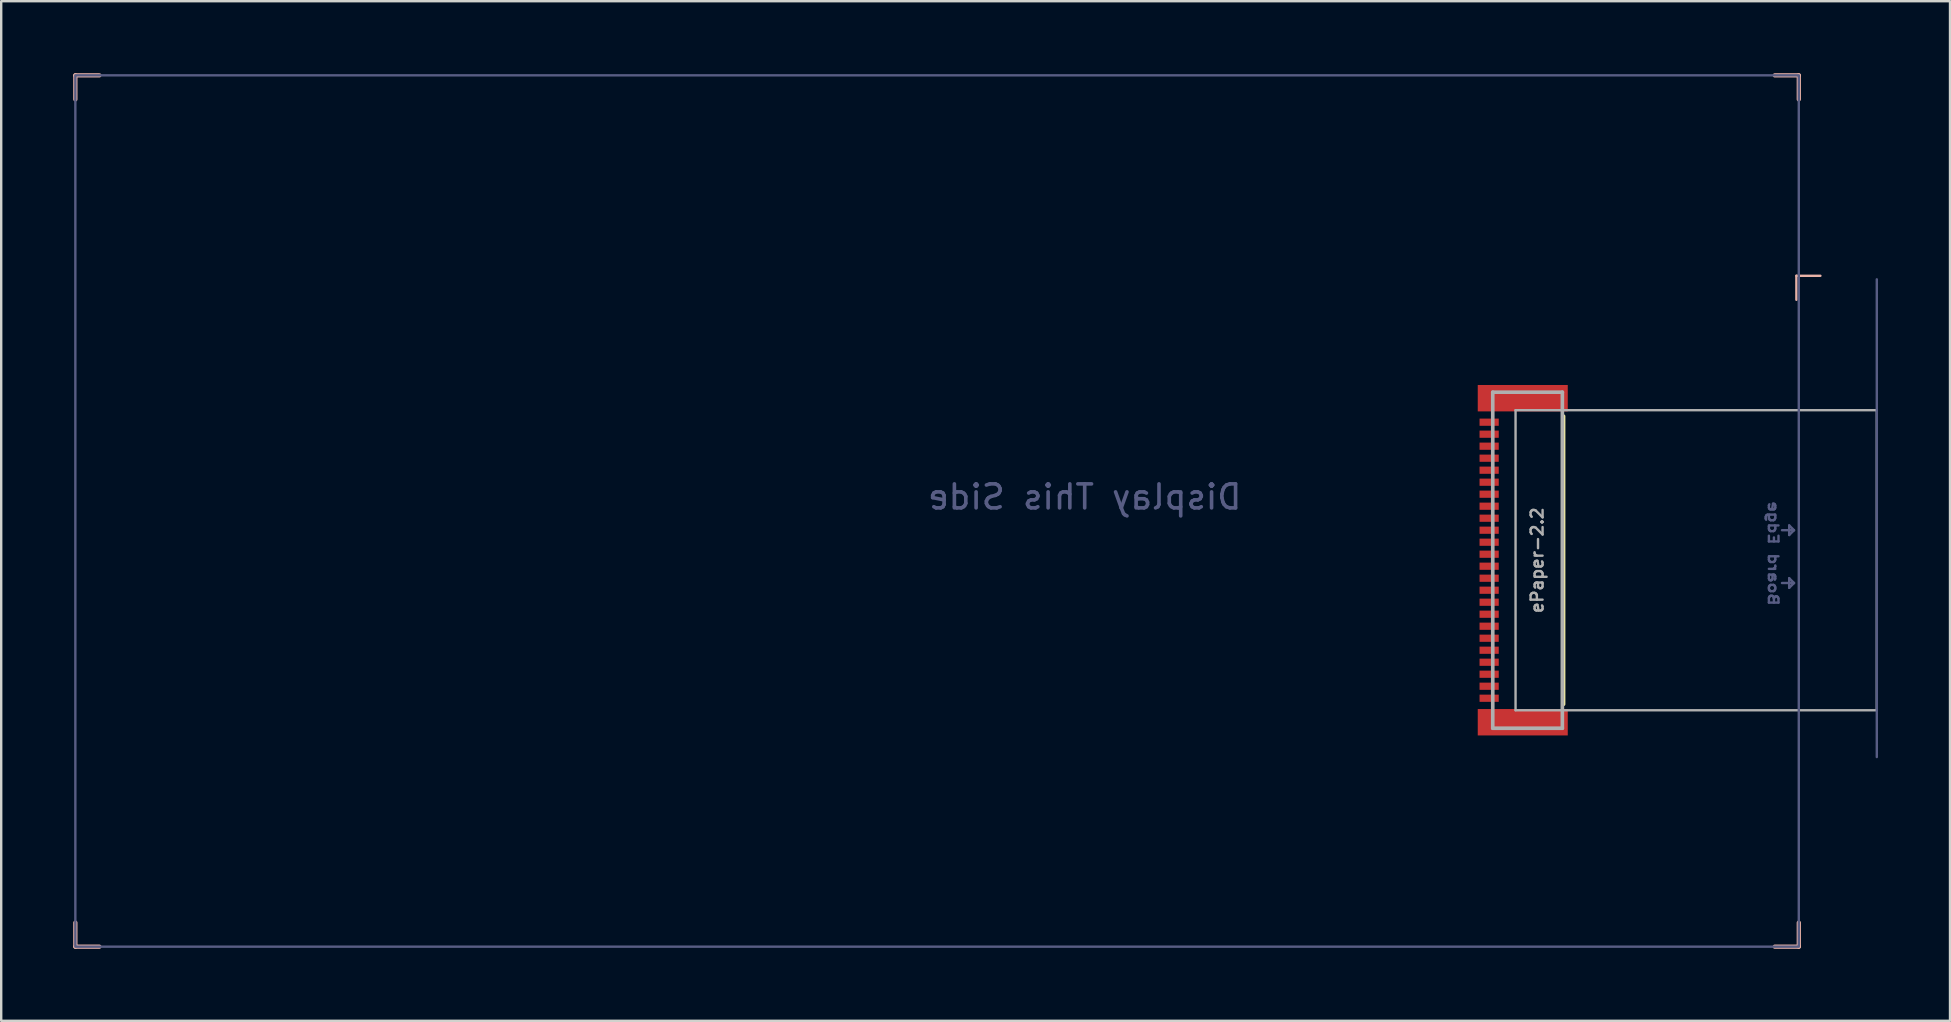
<source format=kicad_pcb>
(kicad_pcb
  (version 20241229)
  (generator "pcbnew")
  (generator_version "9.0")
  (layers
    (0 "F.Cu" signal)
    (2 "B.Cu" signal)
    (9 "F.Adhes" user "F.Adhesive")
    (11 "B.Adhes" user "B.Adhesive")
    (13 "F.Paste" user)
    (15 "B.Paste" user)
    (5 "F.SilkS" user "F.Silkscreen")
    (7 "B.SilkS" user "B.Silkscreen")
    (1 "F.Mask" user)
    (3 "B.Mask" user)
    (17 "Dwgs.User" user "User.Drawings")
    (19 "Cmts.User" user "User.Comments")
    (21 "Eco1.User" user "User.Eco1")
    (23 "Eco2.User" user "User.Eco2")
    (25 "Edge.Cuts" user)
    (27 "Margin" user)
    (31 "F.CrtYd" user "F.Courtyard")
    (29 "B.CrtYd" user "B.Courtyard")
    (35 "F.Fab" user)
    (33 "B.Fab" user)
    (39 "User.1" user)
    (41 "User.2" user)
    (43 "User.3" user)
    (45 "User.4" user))
  (footprint "ePaper-2.2"
    (layer "F.Cu")
    (at 73.389 18.239)
    (property "Reference" "ePaper-2.2" (at -12.4 2.05 90) (layer "F.Fab") (effects (font (size 0.5 0.5) (thickness 0.1) (bold yes))))
    (fp_line (start -11.3 8.05) (end -11.3 -3.95) (stroke (width 0.152) (type solid)) (layer "F.SilkS"))
    (fp_line (start -73.3 -18.15) (end -73.3 -17.15) (stroke (width 0.178) (type default)) (layer "B.SilkS"))
    (fp_line (start -73.3 -18.15) (end -72.3 -18.15) (stroke (width 0.178) (type default)) (layer "B.SilkS"))
    (fp_line (start -73.3 18.15) (end -73.3 17.15) (stroke (width 0.178) (type default)) (layer "B.SilkS"))
    (fp_line (start -73.3 18.15) (end -72.3 18.15) (stroke (width 0.178) (type default)) (layer "B.SilkS"))
    (fp_line (start -1.6 -9.8) (end -1.6 -8.8) (stroke (width 0.1) (type default)) (layer "B.SilkS"))
    (fp_line (start -1.6 -9.8) (end -0.6 -9.8) (stroke (width 0.1) (type default)) (layer "B.SilkS"))
    (fp_line (start -1.5 -18.15) (end -2.5 -18.15) (stroke (width 0.178) (type default)) (layer "B.SilkS"))
    (fp_line (start -1.5 -18.15) (end -1.5 -17.15) (stroke (width 0.178) (type default)) (layer "B.SilkS"))
    (fp_line (start -1.5 18.15) (end -2.5 18.15) (stroke (width 0.178) (type default)) (layer "B.SilkS"))
    (fp_line (start -1.5 18.15) (end -1.5 17.15) (stroke (width 0.178) (type default)) (layer "B.SilkS"))
    (fp_line (start -2.2 0.8) (end -1.7 0.8) (stroke (width 0.1) (type default)) (layer "B.Fab"))
    (fp_line (start -2.2 3) (end -1.7 3) (stroke (width 0.1) (type default)) (layer "B.Fab"))
    (fp_line (start -1.9 0.6) (end -1.9 1) (stroke (width 0.1) (type default)) (layer "B.Fab"))
    (fp_line (start -1.9 1) (end -1.7 0.8) (stroke (width 0.1) (type default)) (layer "B.Fab"))
    (fp_line (start -1.9 2.8) (end -1.9 3.2) (stroke (width 0.1) (type default)) (layer "B.Fab"))
    (fp_line (start -1.9 3.2) (end -1.7 3) (stroke (width 0.1) (type default)) (layer "B.Fab"))
    (fp_line (start -1.7 0.8) (end -1.9 0.6) (stroke (width 0.1) (type default)) (layer "B.Fab"))
    (fp_line (start -1.7 3) (end -1.9 2.8) (stroke (width 0.1) (type default)) (layer "B.Fab"))
    (fp_line (start 1.75 10.25) (end 1.75 -9.652) (stroke (width 0.1) (type default)) (layer "B.Fab"))
    (fp_rect (start -73.3 -18.15) (end -1.5 18.15) (stroke (width 0.1) (type default)) (fill no) (layer "B.Fab"))
    (fp_line (start -14.25 -4.95) (end -11.35 -4.95) (stroke (width 0.152) (type solid)) (layer "F.Fab"))
    (fp_line (start -14.25 9.05) (end -14.25 -4.95) (stroke (width 0.152) (type solid)) (layer "F.Fab"))
    (fp_line (start -13.3 -4.2) (end -13.3 8.3) (stroke (width 0.1) (type default)) (layer "F.Fab"))
    (fp_line (start -11.35 -4.95) (end -11.35 9.05) (stroke (width 0.152) (type solid)) (layer "F.Fab"))
    (fp_line (start -11.35 9.05) (end -14.25 9.05) (stroke (width 0.152) (type solid)) (layer "F.Fab"))
    (fp_line (start 1.75 -4.2) (end -13.3 -4.2) (stroke (width 0.1) (type default)) (layer "F.Fab"))
    (fp_line (start 1.75 -4.2) (end 1.75 8.3) (stroke (width 0.1) (type default)) (layer "F.Fab"))
    (fp_line (start 1.75 8.3) (end -13.3 8.3) (stroke (width 0.1) (type default)) (layer "F.Fab"))
    (fp_text user "Display This Side" (at -31.25 0 0) (unlocked yes) (layer "B.Fab") (effects (font (size 1 1) (thickness 0.15)) (justify bottom mirror)))
    (fp_text user "Board Edge" (at -2.8 4 270) (unlocked yes) (layer "B.Fab") (effects (font (size 0.4 0.5) (thickness 0.1) (bold yes)) (justify left bottom mirror)))
    (pad "1" smd rect (at -14.4 -3.7 90) (size 0.3 0.8) (layers "F.Cu" "F.Mask" "F.Paste"))
    (pad "2" smd rect (at -14.4 -3.2 90) (size 0.3 0.8) (layers "F.Cu" "F.Mask" "F.Paste"))
    (pad "3" smd rect (at -14.4 -2.7 90) (size 0.3 0.8) (layers "F.Cu" "F.Mask" "F.Paste"))
    (pad "4" smd rect (at -14.4 -2.2 90) (size 0.3 0.8) (layers "F.Cu" "F.Mask" "F.Paste"))
    (pad "5" smd rect (at -14.4 -1.7 90) (size 0.3 0.8) (layers "F.Cu" "F.Mask" "F.Paste"))
    (pad "6" smd rect (at -14.4 -1.2 90) (size 0.3 0.8) (layers "F.Cu" "F.Mask" "F.Paste"))
    (pad "7" smd rect (at -14.4 -0.7 90) (size 0.3 0.8) (layers "F.Cu" "F.Mask" "F.Paste"))
    (pad "8" smd rect (at -14.4 -0.2 90) (size 0.3 0.8) (layers "F.Cu" "F.Mask" "F.Paste"))
    (pad "9" smd rect (at -14.4 0.3 90) (size 0.3 0.8) (layers "F.Cu" "F.Mask" "F.Paste"))
    (pad "10" smd rect (at -14.4 0.8 90) (size 0.3 0.8) (layers "F.Cu" "F.Mask" "F.Paste"))
    (pad "11" smd rect (at -14.4 1.3 90) (size 0.3 0.8) (layers "F.Cu" "F.Mask" "F.Paste"))
    (pad "12" smd rect (at -14.4 1.8 90) (size 0.3 0.8) (layers "F.Cu" "F.Mask" "F.Paste"))
    (pad "13" smd rect (at -14.4 2.3 90) (size 0.3 0.8) (layers "F.Cu" "F.Mask" "F.Paste"))
    (pad "14" smd rect (at -14.4 2.8 90) (size 0.3 0.8) (layers "F.Cu" "F.Mask" "F.Paste"))
    (pad "15" smd rect (at -14.4 3.3 90) (size 0.3 0.8) (layers "F.Cu" "F.Mask" "F.Paste"))
    (pad "16" smd rect (at -14.4 3.8 90) (size 0.3 0.8) (layers "F.Cu" "F.Mask" "F.Paste"))
    (pad "17" smd rect (at -14.4 4.3 90) (size 0.3 0.8) (layers "F.Cu" "F.Mask" "F.Paste"))
    (pad "18" smd rect (at -14.4 4.8 90) (size 0.3 0.8) (layers "F.Cu" "F.Mask" "F.Paste"))
    (pad "19" smd rect (at -14.4 5.3 90) (size 0.3 0.8) (layers "F.Cu" "F.Mask" "F.Paste"))
    (pad "20" smd rect (at -14.4 5.8 90) (size 0.3 0.8) (layers "F.Cu" "F.Mask" "F.Paste"))
    (pad "21" smd rect (at -14.4 6.3 90) (size 0.3 0.8) (layers "F.Cu" "F.Mask" "F.Paste"))
    (pad "22" smd rect (at -14.4 6.8 90) (size 0.3 0.8) (layers "F.Cu" "F.Mask" "F.Paste"))
    (pad "23" smd rect (at -14.4 7.3 90) (size 0.3 0.8) (layers "F.Cu" "F.Mask" "F.Paste"))
    (pad "24" smd rect (at -14.4 7.8 90) (size 0.3 0.8) (layers "F.Cu" "F.Mask" "F.Paste"))
    (pad "MNT1" smd rect (at -13 8.8 180) (size 3.75 1.1) (layers "F.Cu" "F.Mask" "F.Paste"))
    (pad "MNT2" smd rect (at -13 -4.7 180) (size 3.75 1.1) (layers "F.Cu" "F.Mask" "F.Paste"))
    (zone (net_name "") (layer "F.Cu") (hatch edge 0.5) (connect_pads) (min_thickness 0.25) (filled_areas_thickness no) (keepout (tracks not_allowed) (vias not_allowed) (pads not_allowed) (copperpour not_allowed) (footprints allowed)) (placement (enabled no)) (fill) (polygon (pts (xy 59.489 14.889) (xy 59.489 14.689) (xy 58.489 14.689) (xy 58.489 14.889))))
    (zone (net_name "") (layer "F.Cu") (hatch edge 0.5) (connect_pads) (min_thickness 0.25) (filled_areas_thickness no) (keepout (tracks not_allowed) (vias not_allowed) (pads not_allowed) (copperpour not_allowed) (footprints allowed)) (placement (enabled no)) (fill) (polygon (pts (xy 59.489 15.389) (xy 59.489 15.189) (xy 58.489 15.189) (xy 58.489 15.389))))
    (zone (net_name "") (layer "F.Cu") (hatch edge 0.5) (connect_pads) (min_thickness 0.25) (filled_areas_thickness no) (keepout (tracks not_allowed) (vias not_allowed) (pads not_allowed) (copperpour not_allowed) (footprints allowed)) (placement (enabled no)) (fill) (polygon (pts (xy 59.489 15.889) (xy 59.489 15.689) (xy 58.489 15.689) (xy 58.489 15.889))))
    (zone (net_name "") (layer "F.Cu") (hatch edge 0.5) (connect_pads) (min_thickness 0.25) (filled_areas_thickness no) (keepout (tracks not_allowed) (vias not_allowed) (pads not_allowed) (copperpour not_allowed) (footprints allowed)) (placement (enabled no)) (fill) (polygon (pts (xy 59.489 16.389) (xy 59.489 16.189) (xy 58.489 16.189) (xy 58.489 16.389))))
    (zone (net_name "") (layer "F.Cu") (hatch edge 0.5) (connect_pads) (min_thickness 0.25) (filled_areas_thickness no) (keepout (tracks not_allowed) (vias not_allowed) (pads not_allowed) (copperpour not_allowed) (footprints allowed)) (placement (enabled no)) (fill) (polygon (pts (xy 59.489 16.889) (xy 59.489 16.689) (xy 58.489 16.689) (xy 58.489 16.889))))
    (zone (net_name "") (layer "F.Cu") (hatch edge 0.5) (connect_pads) (min_thickness 0.25) (filled_areas_thickness no) (keepout (tracks not_allowed) (vias not_allowed) (pads not_allowed) (copperpour not_allowed) (footprints allowed)) (placement (enabled no)) (fill) (polygon (pts (xy 59.489 17.389) (xy 59.489 17.189) (xy 58.489 17.189) (xy 58.489 17.389))))
    (zone (net_name "") (layer "F.Cu") (hatch edge 0.5) (connect_pads) (min_thickness 0.25) (filled_areas_thickness no) (keepout (tracks not_allowed) (vias not_allowed) (pads not_allowed) (copperpour not_allowed) (footprints allowed)) (placement (enabled no)) (fill) (polygon (pts (xy 59.489 17.889) (xy 59.489 17.689) (xy 58.489 17.689) (xy 58.489 17.889))))
    (zone (net_name "") (layer "F.Cu") (hatch edge 0.5) (connect_pads) (min_thickness 0.25) (filled_areas_thickness no) (keepout (tracks not_allowed) (vias not_allowed) (pads not_allowed) (copperpour not_allowed) (footprints allowed)) (placement (enabled no)) (fill) (polygon (pts (xy 59.489 18.389) (xy 59.489 18.189) (xy 58.489 18.189) (xy 58.489 18.389))))
    (zone (net_name "") (layer "F.Cu") (hatch edge 0.5) (connect_pads) (min_thickness 0.25) (filled_areas_thickness no) (keepout (tracks not_allowed) (vias not_allowed) (pads not_allowed) (copperpour not_allowed) (footprints allowed)) (placement (enabled no)) (fill) (polygon (pts (xy 59.489 18.889) (xy 59.489 18.689) (xy 58.489 18.689) (xy 58.489 18.889))))
    (zone (net_name "") (layer "F.Cu") (hatch edge 0.5) (connect_pads) (min_thickness 0.25) (filled_areas_thickness no) (keepout (tracks not_allowed) (vias not_allowed) (pads not_allowed) (copperpour not_allowed) (footprints allowed)) (placement (enabled no)) (fill) (polygon (pts (xy 59.489 19.389) (xy 59.489 19.189) (xy 58.489 19.189) (xy 58.489 19.389))))
    (zone (net_name "") (layer "F.Cu") (hatch edge 0.5) (connect_pads) (min_thickness 0.25) (filled_areas_thickness no) (keepout (tracks not_allowed) (vias not_allowed) (pads not_allowed) (copperpour not_allowed) (footprints allowed)) (placement (enabled no)) (fill) (polygon (pts (xy 59.489 19.889) (xy 59.489 19.689) (xy 58.489 19.689) (xy 58.489 19.889))))
    (zone (net_name "") (layer "F.Cu") (hatch edge 0.5) (connect_pads) (min_thickness 0.25) (filled_areas_thickness no) (keepout (tracks not_allowed) (vias not_allowed) (pads not_allowed) (copperpour not_allowed) (footprints allowed)) (placement (enabled no)) (fill) (polygon (pts (xy 59.489 20.389) (xy 59.489 20.189) (xy 58.489 20.189) (xy 58.489 20.389))))
    (zone (net_name "") (layer "F.Cu") (hatch edge 0.5) (connect_pads) (min_thickness 0.25) (filled_areas_thickness no) (keepout (tracks not_allowed) (vias not_allowed) (pads not_allowed) (copperpour not_allowed) (footprints allowed)) (placement (enabled no)) (fill) (polygon (pts (xy 59.489 20.889) (xy 59.489 20.689) (xy 58.489 20.689) (xy 58.489 20.889))))
    (zone (net_name "") (layer "F.Cu") (hatch edge 0.5) (connect_pads) (min_thickness 0.25) (filled_areas_thickness no) (keepout (tracks not_allowed) (vias not_allowed) (pads not_allowed) (copperpour not_allowed) (footprints allowed)) (placement (enabled no)) (fill) (polygon (pts (xy 59.489 21.389) (xy 59.489 21.189) (xy 58.489 21.189) (xy 58.489 21.389))))
    (zone (net_name "") (layer "F.Cu") (hatch edge 0.5) (connect_pads) (min_thickness 0.25) (filled_areas_thickness no) (keepout (tracks not_allowed) (vias not_allowed) (pads not_allowed) (copperpour not_allowed) (footprints allowed)) (placement (enabled no)) (fill) (polygon (pts (xy 59.489 21.889) (xy 59.489 21.689) (xy 58.489 21.689) (xy 58.489 21.889))))
    (zone (net_name "") (layer "F.Cu") (hatch edge 0.5) (connect_pads) (min_thickness 0.25) (filled_areas_thickness no) (keepout (tracks not_allowed) (vias not_allowed) (pads not_allowed) (copperpour not_allowed) (footprints allowed)) (placement (enabled no)) (fill) (polygon (pts (xy 59.489 22.389) (xy 59.489 22.189) (xy 58.489 22.189) (xy 58.489 22.389))))
    (zone (net_name "") (layer "F.Cu") (hatch edge 0.5) (connect_pads) (min_thickness 0.25) (filled_areas_thickness no) (keepout (tracks not_allowed) (vias not_allowed) (pads not_allowed) (copperpour not_allowed) (footprints allowed)) (placement (enabled no)) (fill) (polygon (pts (xy 59.489 22.889) (xy 59.489 22.689) (xy 58.489 22.689) (xy 58.489 22.889))))
    (zone (net_name "") (layer "F.Cu") (hatch edge 0.5) (connect_pads) (min_thickness 0.25) (filled_areas_thickness no) (keepout (tracks not_allowed) (vias not_allowed) (pads not_allowed) (copperpour not_allowed) (footprints allowed)) (placement (enabled no)) (fill) (polygon (pts (xy 59.489 23.389) (xy 59.489 23.189) (xy 58.489 23.189) (xy 58.489 23.389))))
    (zone (net_name "") (layer "F.Cu") (hatch edge 0.5) (connect_pads) (min_thickness 0.25) (filled_areas_thickness no) (keepout (tracks not_allowed) (vias not_allowed) (pads not_allowed) (copperpour not_allowed) (footprints allowed)) (placement (enabled no)) (fill) (polygon (pts (xy 59.489 23.889) (xy 59.489 23.689) (xy 58.489 23.689) (xy 58.489 23.889))))
    (zone (net_name "") (layer "F.Cu") (hatch edge 0.5) (connect_pads) (min_thickness 0.25) (filled_areas_thickness no) (keepout (tracks not_allowed) (vias not_allowed) (pads not_allowed) (copperpour not_allowed) (footprints allowed)) (placement (enabled no)) (fill) (polygon (pts (xy 59.489 24.389) (xy 59.489 24.189) (xy 58.489 24.189) (xy 58.489 24.389))))
    (zone (net_name "") (layer "F.Cu") (hatch edge 0.5) (connect_pads) (min_thickness 0.25) (filled_areas_thickness no) (keepout (tracks not_allowed) (vias not_allowed) (pads not_allowed) (copperpour not_allowed) (footprints allowed)) (placement (enabled no)) (fill) (polygon (pts (xy 59.489 24.889) (xy 59.489 24.689) (xy 58.489 24.689) (xy 58.489 24.889))))
    (zone (net_name "") (layer "F.Cu") (hatch edge 0.5) (connect_pads) (min_thickness 0.25) (filled_areas_thickness no) (keepout (tracks not_allowed) (vias not_allowed) (pads not_allowed) (copperpour not_allowed) (footprints allowed)) (placement (enabled no)) (fill) (polygon (pts (xy 59.489 25.389) (xy 59.489 25.189) (xy 58.489 25.189) (xy 58.489 25.389))))
    (zone (net_name "") (layer "F.Cu") (hatch edge 0.5) (connect_pads) (min_thickness 0.25) (filled_areas_thickness no) (keepout (tracks not_allowed) (vias not_allowed) (pads not_allowed) (copperpour not_allowed) (footprints allowed)) (placement (enabled no)) (fill) (polygon (pts (xy 59.489 25.889) (xy 59.489 25.689) (xy 58.489 25.689) (xy 58.489 25.889)))))
  (gr_rect
    (start -3 -3)
    (end 78.189 39.478)
    (stroke (width 0.1) (type default))
    (fill no)
    (layer "Edge.Cuts")))
</source>
